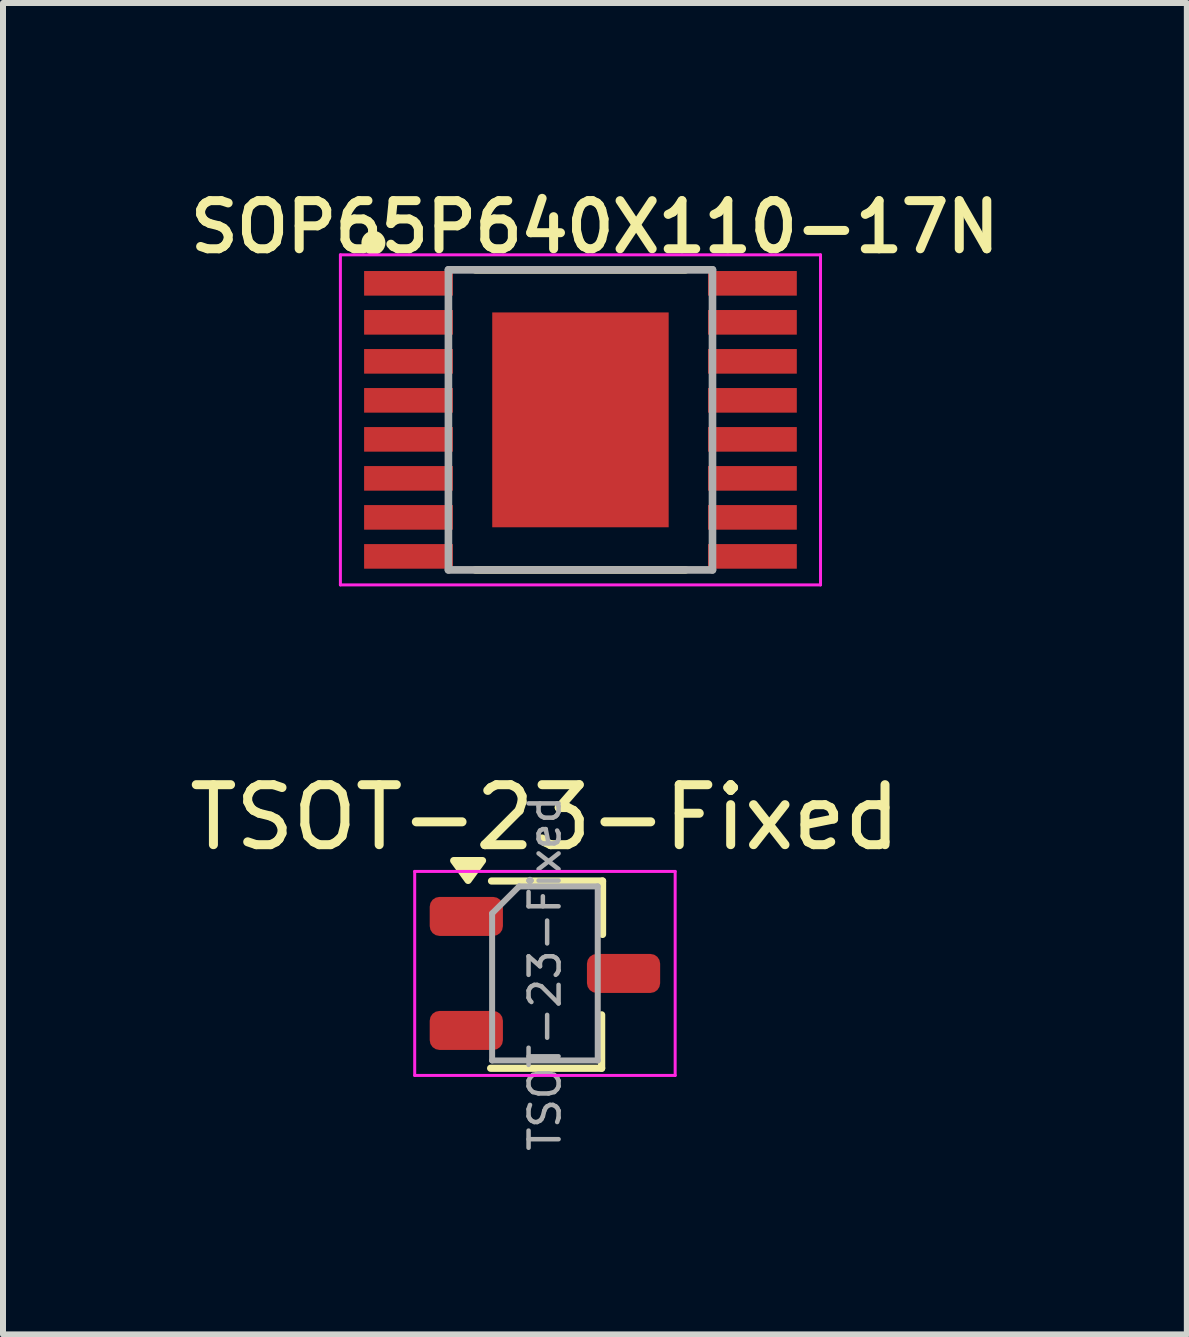
<source format=kicad_pcb>
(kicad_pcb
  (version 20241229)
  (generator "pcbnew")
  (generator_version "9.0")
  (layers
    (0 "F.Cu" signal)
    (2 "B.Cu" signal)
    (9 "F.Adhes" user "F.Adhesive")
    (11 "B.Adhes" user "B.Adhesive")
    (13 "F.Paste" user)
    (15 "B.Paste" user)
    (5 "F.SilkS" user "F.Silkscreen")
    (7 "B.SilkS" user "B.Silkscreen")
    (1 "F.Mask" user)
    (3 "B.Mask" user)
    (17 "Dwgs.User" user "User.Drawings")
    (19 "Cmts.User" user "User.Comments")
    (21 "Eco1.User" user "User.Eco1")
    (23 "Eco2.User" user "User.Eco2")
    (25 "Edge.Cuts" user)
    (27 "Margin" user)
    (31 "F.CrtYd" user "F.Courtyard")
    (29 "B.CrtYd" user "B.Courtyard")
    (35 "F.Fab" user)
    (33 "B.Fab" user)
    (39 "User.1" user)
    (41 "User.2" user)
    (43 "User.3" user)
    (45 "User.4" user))
  (footprint "TSOT-23-Fixed"
    (layer "F.Cu")
    (at 6.03 13.17)
    (property "Reference" "TSOT-23-Fixed" (at 0 -2.6 0) (layer "F.SilkS") (effects (font (size 1 1) (thickness 0.15))))
    (attr smd)
    (fp_line (start 0.945 0.69) (end 0.945 1.58) (stroke (width 0.12) (type solid)) (layer "F.SilkS"))
    (fp_line (start 0.945 1.58) (end -0.905 1.58) (stroke (width 0.12) (type solid)) (layer "F.SilkS"))
    (fp_line (start 0.96 -1.54) (end -0.89 -1.54) (stroke (width 0.12) (type solid)) (layer "F.SilkS"))
    (fp_line (start 0.96 -1.54) (end 0.96 -0.65) (stroke (width 0.12) (type solid)) (layer "F.SilkS"))
    (fp_poly (pts (xy -1.28 -1.55) (xy -1.52 -1.88) (xy -1.04 -1.88) (xy -1.28 -1.55)) (stroke (width 0.12) (type solid)) (fill yes) (layer "F.SilkS"))
    (fp_line (start -2.17 -1.7) (end -2.17 1.7) (stroke (width 0.05) (type solid)) (layer "F.CrtYd"))
    (fp_line (start -2.17 -1.7) (end 2.17 -1.7) (stroke (width 0.05) (type solid)) (layer "F.CrtYd"))
    (fp_line (start 2.17 1.7) (end -2.17 1.7) (stroke (width 0.05) (type solid)) (layer "F.CrtYd"))
    (fp_line (start 2.17 1.7) (end 2.17 -1.7) (stroke (width 0.05) (type solid)) (layer "F.CrtYd"))
    (fp_line (start -0.88 -1) (end -0.88 1.45) (stroke (width 0.1) (type solid)) (layer "F.Fab"))
    (fp_line (start -0.88 -1) (end -0.43 -1.45) (stroke (width 0.1) (type solid)) (layer "F.Fab"))
    (fp_line (start 0.88 -1.45) (end -0.43 -1.45) (stroke (width 0.1) (type solid)) (layer "F.Fab"))
    (fp_line (start 0.88 -1.45) (end 0.88 1.45) (stroke (width 0.1) (type solid)) (layer "F.Fab"))
    (fp_line (start 0.88 1.45) (end -0.88 1.45) (stroke (width 0.1) (type solid)) (layer "F.Fab"))
    (fp_text user "${REFERENCE}" (at 0 0 90) (layer "F.Fab") (effects (font (size 0.5 0.5) (thickness 0.075))))
    (pad "B" smd roundrect (at -1.31 -0.95) (size 1.22 0.65) (layers "F.Cu" "F.Mask" "F.Paste") (roundrect_rratio 0.25))
    (pad "C" smd roundrect (at 1.31 0) (size 1.22 0.65) (layers "F.Cu" "F.Mask" "F.Paste") (roundrect_rratio 0.25))
    (pad "E" smd roundrect (at -1.31 0.95) (size 1.22 0.65) (layers "F.Cu" "F.Mask" "F.Paste") (roundrect_rratio 0.25)))
  (footprint "SOP65P640X110-17N"
    (layer "F.Cu")
    (at 6.622 3.946)
    (property "Reference" "SOP65P640X110-17N" (at 0.24 -3.214 0) (layer "F.SilkS") (effects (font (size 0.802 0.802) (thickness 0.15))))
    (attr smd)
    (fp_line (start -1.75 -2.5) (end 1.75 -2.5) (stroke (width 0.127) (type solid)) (layer "F.SilkS"))
    (fp_line (start -1.75 2.5) (end 1.75 2.5) (stroke (width 0.127) (type solid)) (layer "F.SilkS"))
    (fp_circle (center -3.45 -2.95) (end -3.35 -2.95) (stroke (width 0.2) (type solid)) (fill no) (layer "F.SilkS"))
    (fp_line (start -4 -2.75) (end 4 -2.75) (stroke (width 0.05) (type solid)) (layer "F.CrtYd"))
    (fp_line (start -4 2.75) (end -4 -2.75) (stroke (width 0.05) (type solid)) (layer "F.CrtYd"))
    (fp_line (start 4 -2.75) (end 4 2.75) (stroke (width 0.05) (type solid)) (layer "F.CrtYd"))
    (fp_line (start 4 2.75) (end -4 2.75) (stroke (width 0.05) (type solid)) (layer "F.CrtYd"))
    (fp_line (start -2.2 -2.5) (end -2.2 2.5) (stroke (width 0.127) (type solid)) (layer "F.Fab"))
    (fp_line (start -2.2 2.5) (end 2.2 2.5) (stroke (width 0.127) (type solid)) (layer "F.Fab"))
    (fp_line (start 2.2 -2.5) (end -2.2 -2.5) (stroke (width 0.127) (type solid)) (layer "F.Fab"))
    (fp_line (start 2.2 2.5) (end 2.2 -2.5) (stroke (width 0.127) (type solid)) (layer "F.Fab"))
    (pad "1" smd rect (at -2.865 -2.275) (size 1.48 0.41) (layers "F.Cu" "F.Mask" "F.Paste"))
    (pad "2" smd rect (at -2.865 -1.625) (size 1.48 0.41) (layers "F.Cu" "F.Mask" "F.Paste"))
    (pad "3" smd rect (at -2.865 -0.975) (size 1.48 0.41) (layers "F.Cu" "F.Mask" "F.Paste"))
    (pad "4" smd rect (at -2.865 -0.325) (size 1.48 0.41) (layers "F.Cu" "F.Mask" "F.Paste"))
    (pad "5" smd rect (at -2.865 0.325) (size 1.48 0.41) (layers "F.Cu" "F.Mask" "F.Paste"))
    (pad "6" smd rect (at -2.865 0.975) (size 1.48 0.41) (layers "F.Cu" "F.Mask" "F.Paste"))
    (pad "7" smd rect (at -2.865 1.625) (size 1.48 0.41) (layers "F.Cu" "F.Mask" "F.Paste"))
    (pad "8" smd rect (at -2.865 2.275) (size 1.48 0.41) (layers "F.Cu" "F.Mask" "F.Paste"))
    (pad "9" smd rect (at 2.865 2.275) (size 1.48 0.41) (layers "F.Cu" "F.Mask" "F.Paste"))
    (pad "10" smd rect (at 2.865 1.625) (size 1.48 0.41) (layers "F.Cu" "F.Mask" "F.Paste"))
    (pad "11" smd rect (at 2.865 0.975) (size 1.48 0.41) (layers "F.Cu" "F.Mask" "F.Paste"))
    (pad "12" smd rect (at 2.865 0.325) (size 1.48 0.41) (layers "F.Cu" "F.Mask" "F.Paste"))
    (pad "13" smd rect (at 2.865 -0.325) (size 1.48 0.41) (layers "F.Cu" "F.Mask" "F.Paste"))
    (pad "14" smd rect (at 2.865 -0.975) (size 1.48 0.41) (layers "F.Cu" "F.Mask" "F.Paste"))
    (pad "15" smd rect (at 2.865 -1.625) (size 1.48 0.41) (layers "F.Cu" "F.Mask" "F.Paste"))
    (pad "16" smd rect (at 2.865 -2.275) (size 1.48 0.41) (layers "F.Cu" "F.Mask" "F.Paste"))
    (pad "17" smd rect (at 0 0) (size 2.94 3.58) (layers "F.Cu" "F.Mask" "F.Paste"))
    (zone (net_name "") (layer "F.Cu") (hatch full 0.508) (connect_pads) (min_thickness 0.01) (filled_areas_thickness no) (keepout (tracks not_allowed) (vias not_allowed) (pads not_allowed) (copperpour not_allowed) (footprints allowed)) (placement (enabled no)) (fill) (polygon (pts (xy 5.047 1.596) (xy 8.192 1.596) (xy 8.192 2.05) (xy 5.047 2.05))))
    (zone (net_name "") (layer "F.Cu") (hatch full 0.508) (connect_pads) (min_thickness 0.01) (filled_areas_thickness no) (keepout (tracks not_allowed) (vias not_allowed) (pads not_allowed) (copperpour not_allowed) (footprints allowed)) (placement (enabled no)) (fill) (polygon (pts (xy 5.048 5.836) (xy 8.192 5.836) (xy 8.192 6.302) (xy 5.048 6.302))))
    (zone (net_name "") (layers "F.Cu" "B.Cu") (hatch full 0.508) (connect_pads) (min_thickness 0.01) (filled_areas_thickness no) (keepout (tracks allowed) (vias not_allowed) (pads allowed) (copperpour allowed) (footprints allowed)) (placement (enabled no)) (fill) (polygon (pts (xy 5.047 1.596) (xy 8.192 1.596) (xy 8.192 2.05) (xy 5.047 2.05))))
    (zone (net_name "") (layers "F.Cu" "B.Cu") (hatch full 0.508) (connect_pads) (min_thickness 0.01) (filled_areas_thickness no) (keepout (tracks allowed) (vias not_allowed) (pads allowed) (copperpour allowed) (footprints allowed)) (placement (enabled no)) (fill) (polygon (pts (xy 5.05 5.836) (xy 8.192 5.836) (xy 8.192 6.299) (xy 5.05 6.299))))
    (zone (net_name "") (layer "B.Cu") (hatch full 0.508) (connect_pads) (min_thickness 0.01) (filled_areas_thickness no) (keepout (tracks not_allowed) (vias not_allowed) (pads not_allowed) (copperpour not_allowed) (footprints allowed)) (placement (enabled no)) (fill) (polygon (pts (xy 5.047 5.836) (xy 8.192 5.836) (xy 8.192 6.305) (xy 5.047 6.305))))
    (zone (net_name "") (layer "B.Cu") (hatch full 0.508) (connect_pads) (min_thickness 0.01) (filled_areas_thickness no) (keepout (tracks not_allowed) (vias not_allowed) (pads not_allowed) (copperpour not_allowed) (footprints allowed)) (placement (enabled no)) (fill) (polygon (pts (xy 5.048 1.596) (xy 8.192 1.596) (xy 8.192 2.051) (xy 5.048 2.051)))))
  (gr_rect
    (start -3 -3)
    (end 16.726 19.185)
    (stroke (width 0.1) (type default))
    (fill no)
    (layer "Edge.Cuts")))
</source>
